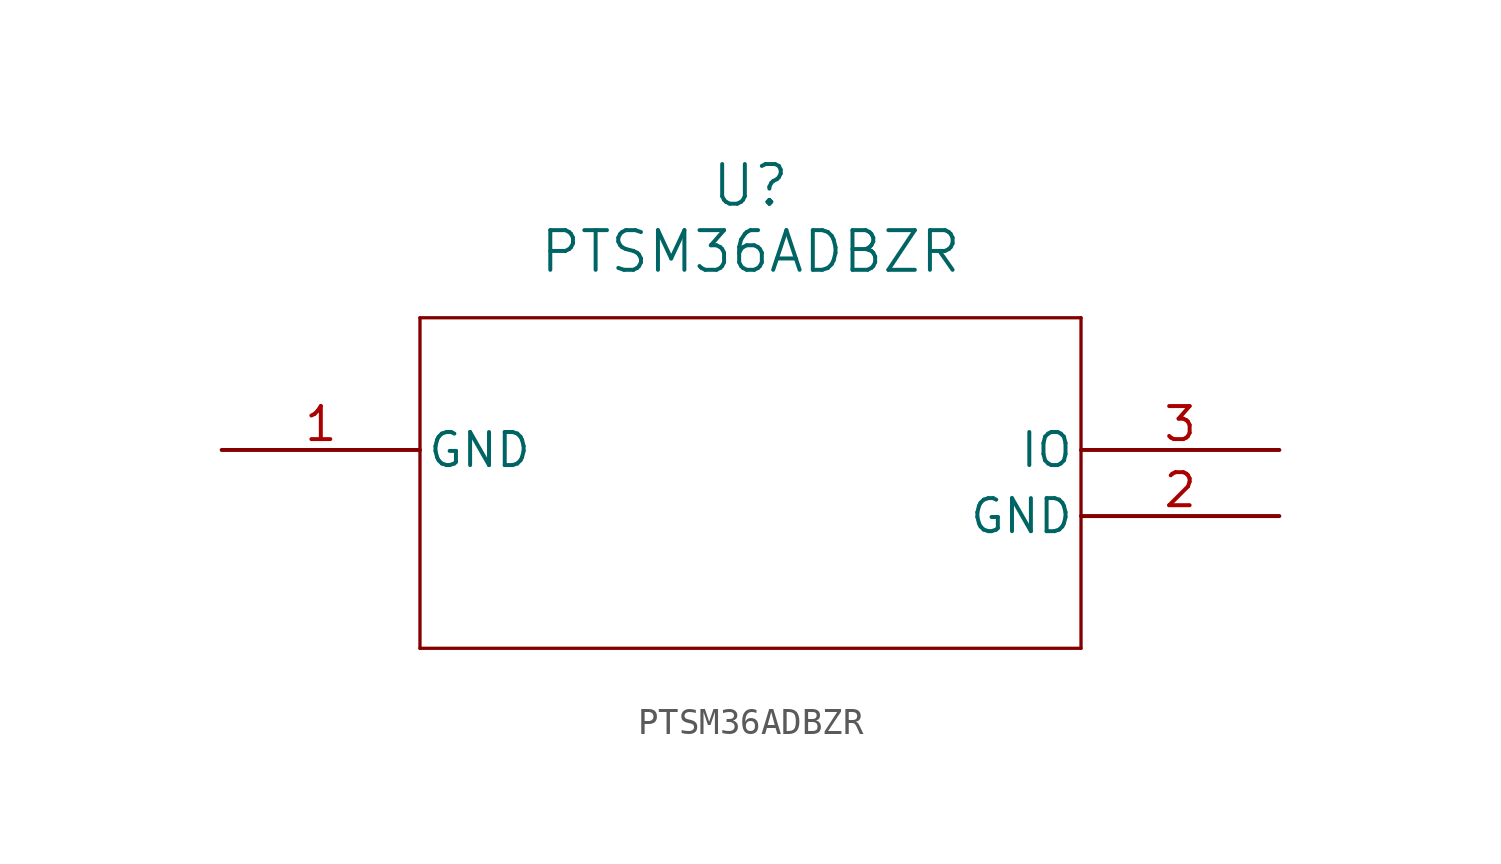
<source format=kicad_sym>
(kicad_symbol_lib
  (version 20211014)
  (generator kicad_symbol_editor)
  (symbol "PTSM36ADBZR"
    (pin_names
      (offset 0.254))
    (property "Reference" "U"
      (at 20.32 10.16 0)
      (effects (font (size 1.524 1.524))))
    (property "Value" "PTSM36ADBZR"
      (at 20.32 7.62 0)
      (effects (font (size 1.524 1.524))))
    (symbol "PTSM36ADBZR_0_1"
      (polyline (pts (xy 7.62 5.08) (xy 7.62 -7.62)) (stroke (width 0.127) (type default) (color 0 0 0 0)) (fill (type none)))
      (polyline (pts (xy 7.62 -7.62) (xy 33.02 -7.62)) (stroke (width 0.127) (type default) (color 0 0 0 0)) (fill (type none)))
      (polyline (pts (xy 33.02 -7.62) (xy 33.02 5.08)) (stroke (width 0.127) (type default) (color 0 0 0 0)) (fill (type none)))
      (polyline (pts (xy 33.02 5.08) (xy 7.62 5.08)) (stroke (width 0.127) (type default) (color 0 0 0 0)) (fill (type none)))
      (pin power_out line (at 0 0 0) (length 7.62) (name "GND" (effects (font (size 1.27 1.27)))) (number "1" (effects (font (size 1.27 1.27)))))
      (pin power_out line (at 40.64 -2.54 180) (length 7.62) (name "GND" (effects (font (size 1.27 1.27)))) (number "2" (effects (font (size 1.27 1.27)))))
      (pin bidirectional line (at 40.64 0 180) (length 7.62) (name "IO" (effects (font (size 1.27 1.27)))) (number "3" (effects (font (size 1.27 1.27))))))))
</source>
